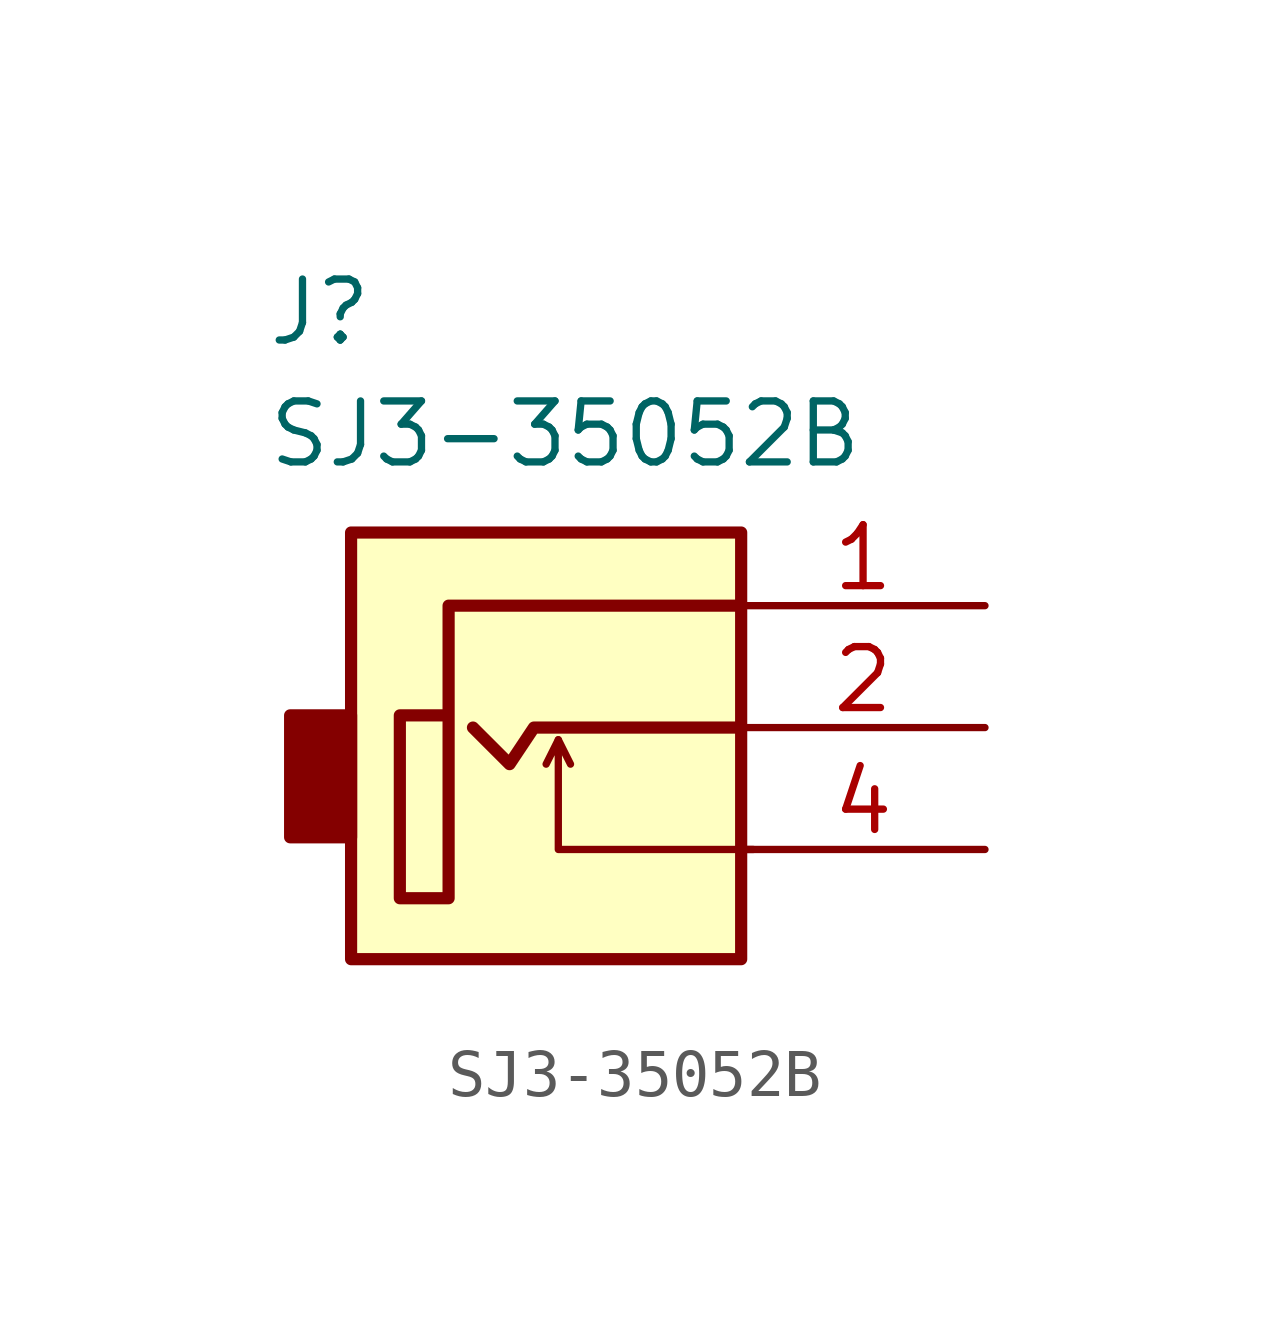
<source format=kicad_sym>
(kicad_symbol_lib
  (version 20231120)
  (generator "kicad_symbol_editor")
  (generator_version "8.0")
  (symbol "SJ3-35052B"
    (property "Reference" "J"
      (at -6.096 3.048 0)
      (effects (font (size 1.27 1.27)) (justify left top)))
    (property "Value" "SJ3-35052B"
      (at -6.096 0.508 0)
      (effects (font (size 1.27 1.27)) (justify left top)))
    (symbol "SJ3-35052B_0_1"
      (rectangle (start -4.318 -6.096) (end -5.588 -8.636) (stroke (width 0.254) (type default)) (fill (type outline)))
      (rectangle (start -4.318 -2.286) (end 3.81 -11.176) (stroke (width 0.254) (type default)) (fill (type background)))
      (polyline (pts (xy 0 -6.604) (xy 0.254 -7.112)) (stroke (width 0) (type default)) (fill (type none)))
      (polyline (pts (xy -1.778 -6.35) (xy -1.016 -7.112) (xy -0.508 -6.35) (xy 3.81 -6.35)) (stroke (width 0.254) (type default)) (fill (type none)))
      (polyline (pts (xy 4.064 -8.89) (xy 0 -8.89) (xy 0 -6.604) (xy -0.254 -7.112)) (stroke (width 0) (type default)) (fill (type none)))
      (polyline (pts (xy 3.81 -3.81) (xy -2.286 -3.81) (xy -2.286 -6.096) (xy -3.302 -6.096) (xy -3.302 -9.906) (xy -2.286 -9.906) (xy -2.286 -6.096)) (stroke (width 0.254) (type default)) (fill (type none))))
    (symbol "SJ3-35052B_1_1"
      (pin passive line (at 8.89 -3.81 180) (length 5.08) (name "" (effects (font (size 1.27 1.27)))) (number "1" (effects (font (size 1.27 1.27)))))
      (pin passive line (at 8.89 -6.35 180) (length 5.08) (name "" (effects (font (size 1.27 1.27)))) (number "2" (effects (font (size 1.27 1.27)))))
      (pin passive line (at 8.89 -8.89 180) (length 5.08) (name "" (effects (font (size 1.27 1.27)))) (number "4" (effects (font (size 1.27 1.27))))))))
</source>
